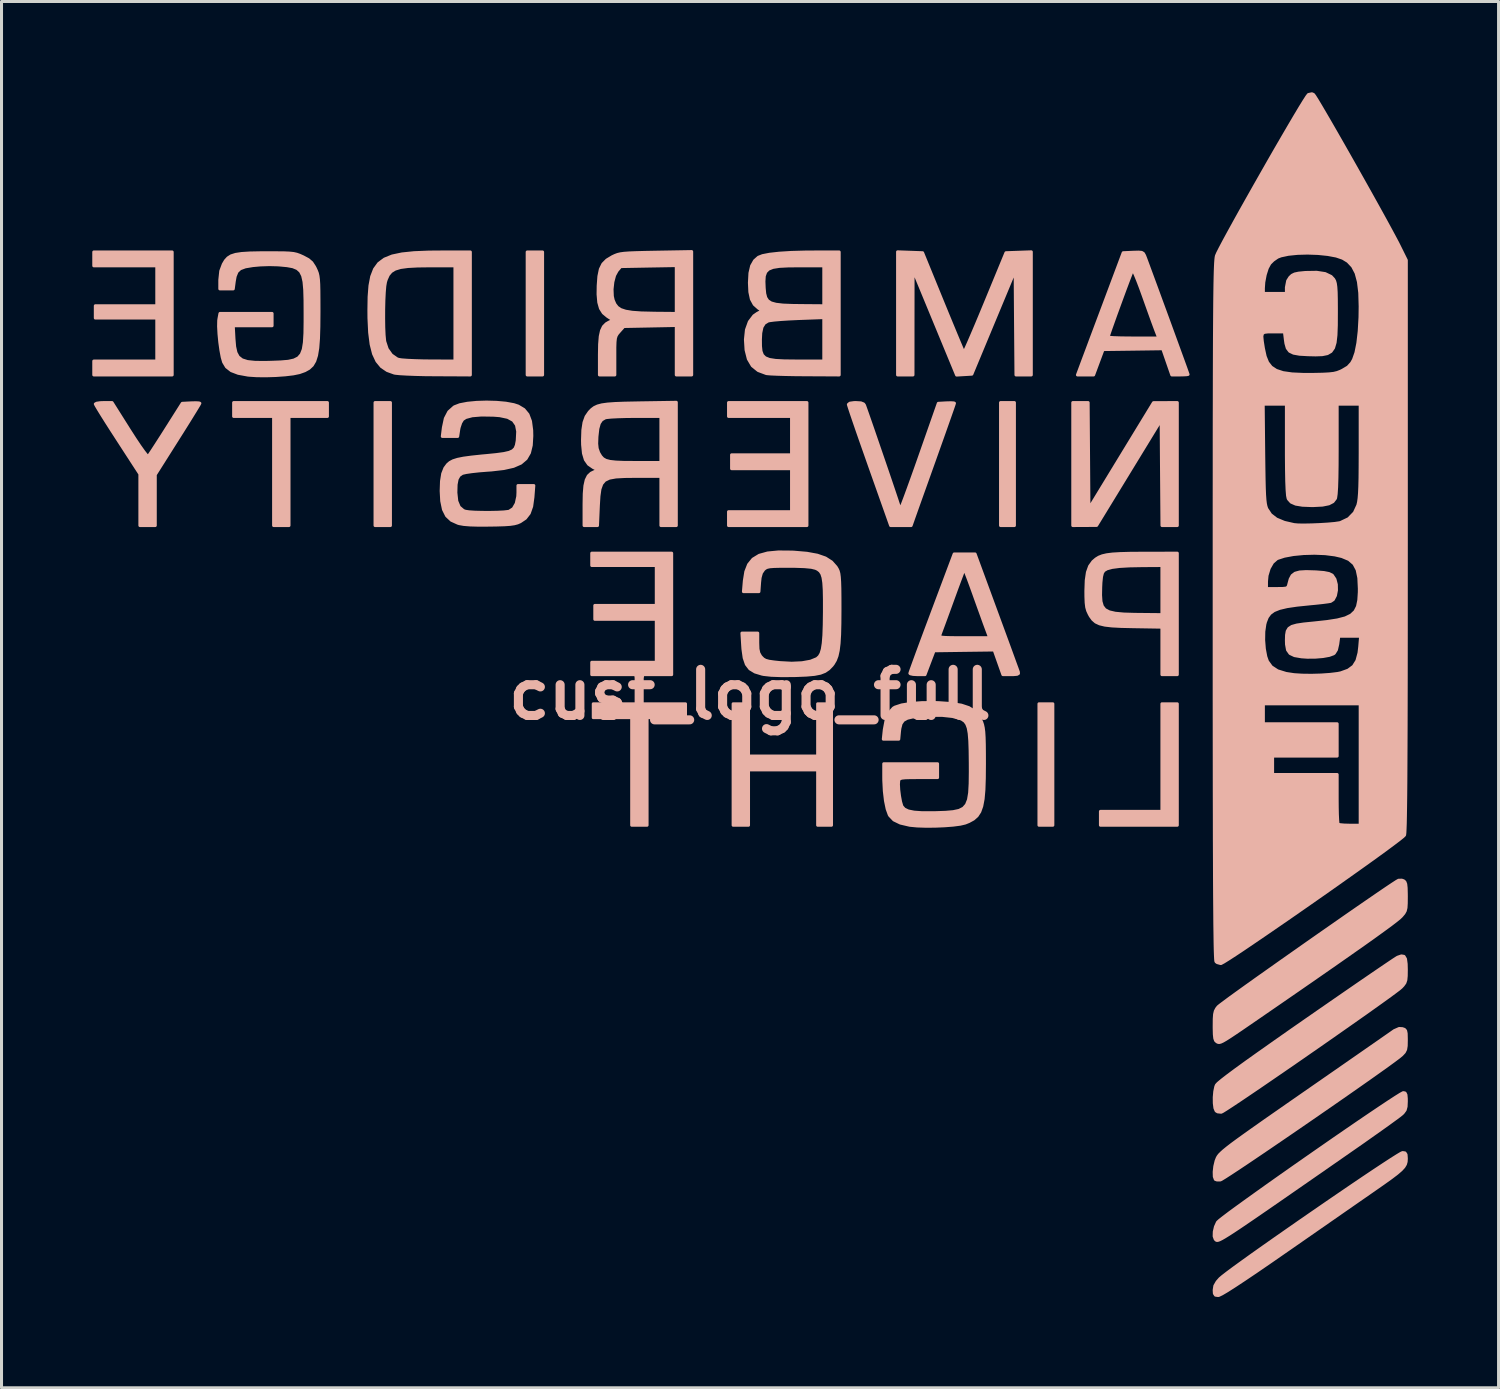
<source format=kicad_pcb>
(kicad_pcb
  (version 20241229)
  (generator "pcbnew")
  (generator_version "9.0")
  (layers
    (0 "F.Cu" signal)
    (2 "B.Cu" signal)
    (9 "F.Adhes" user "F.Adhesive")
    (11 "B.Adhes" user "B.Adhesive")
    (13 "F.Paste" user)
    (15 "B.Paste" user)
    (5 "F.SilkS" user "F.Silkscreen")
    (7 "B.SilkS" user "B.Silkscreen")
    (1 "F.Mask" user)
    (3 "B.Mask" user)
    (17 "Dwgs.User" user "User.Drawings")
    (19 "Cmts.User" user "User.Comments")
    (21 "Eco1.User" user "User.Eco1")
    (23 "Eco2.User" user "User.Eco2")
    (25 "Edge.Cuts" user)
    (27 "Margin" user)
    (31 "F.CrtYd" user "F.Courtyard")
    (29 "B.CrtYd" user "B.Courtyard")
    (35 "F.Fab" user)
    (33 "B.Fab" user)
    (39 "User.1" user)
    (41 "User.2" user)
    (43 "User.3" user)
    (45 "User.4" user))
  (footprint "cusf_logo_full"
    (layer "F.Cu")
    (at 21.742 19.909)
    (property "Reference" "cusf_logo_full" (at 0 0 0) (layer "B.SilkS") (effects (font (size 1.524 1.524) (thickness 0.3))))
    (attr through_hole)
    (fp_poly (pts (xy -11.887 -5.588) (xy -12.141 -5.588) (xy -12.395 -5.588) (xy -12.395 -7.62) (xy -12.395 -9.652) (xy -12.141 -9.652) (xy -11.887 -9.652) (xy -11.887 -7.62) (xy -11.887 -5.588)) (stroke (width 0.1) (type solid)) (fill yes) (layer "B.SilkS"))
    (fp_poly (pts (xy -6.858 -10.566) (xy -7.112 -10.566) (xy -7.366 -10.566) (xy -7.366 -12.598) (xy -7.366 -14.63) (xy -7.112 -14.63) (xy -6.858 -14.63) (xy -6.858 -12.598) (xy -6.858 -10.566)) (stroke (width 0.1) (type solid)) (fill yes) (layer "B.SilkS"))
    (fp_poly (pts (xy 8.738 -5.588) (xy 8.509 -5.588) (xy 8.28 -5.588) (xy 8.28 -7.62) (xy 8.28 -9.652) (xy 8.509 -9.652) (xy 8.738 -9.652) (xy 8.738 -7.62) (xy 8.738 -5.588)) (stroke (width 0.1) (type solid)) (fill yes) (layer "B.SilkS"))
    (fp_poly (pts (xy 10.008 4.318) (xy 9.779 4.318) (xy 9.55 4.318) (xy 9.55 2.311) (xy 9.55 0.305) (xy 9.779 0.305) (xy 10.008 0.305) (xy 10.008 2.311) (xy 10.008 4.318)) (stroke (width 0.1) (type solid)) (fill yes) (layer "B.SilkS"))
    (fp_poly (pts (xy 14.122 4.318) (xy 12.852 4.318) (xy 11.582 4.318) (xy 11.582 4.089) (xy 11.582 3.861) (xy 12.598 3.861) (xy 13.614 3.861) (xy 13.614 2.083) (xy 13.614 0.305) (xy 13.868 0.305) (xy 14.122 0.305) (xy 14.122 2.311) (xy 14.122 4.318)) (stroke (width 0.1) (type solid)) (fill yes) (layer "B.SilkS"))
    (fp_poly (pts (xy -13.97 -9.195) (xy -14.605 -9.195) (xy -15.24 -9.195) (xy -15.24 -7.391) (xy -15.24 -5.588) (xy -15.494 -5.588) (xy -15.748 -5.588) (xy -15.748 -7.391) (xy -15.748 -9.195) (xy -16.408 -9.195) (xy -17.069 -9.195) (xy -17.069 -9.423) (xy -17.069 -9.652) (xy -15.519 -9.652) (xy -13.97 -9.652) (xy -13.97 -9.423) (xy -13.97 -9.195)) (stroke (width 0.1) (type solid)) (fill yes) (layer "B.SilkS"))
    (fp_poly (pts (xy -2.134 0.762) (xy -2.769 0.762) (xy -3.404 0.762) (xy -3.404 2.54) (xy -3.404 4.318) (xy -3.658 4.318) (xy -3.912 4.318) (xy -3.912 2.54) (xy -3.912 0.762) (xy -4.547 0.762) (xy -5.182 0.762) (xy -5.182 0.533) (xy -5.182 0.305) (xy -3.658 0.305) (xy -2.134 0.305) (xy -2.134 0.533) (xy -2.134 0.762)) (stroke (width 0.1) (type solid)) (fill yes) (layer "B.SilkS"))
    (fp_poly (pts (xy 14.122 -5.588) (xy 13.869 -5.588) (xy 13.616 -5.588) (xy 13.602 -7.336) (xy 13.589 -9.084) (xy 12.522 -7.338) (xy 11.455 -5.592) (xy 11.062 -5.59) (xy 10.668 -5.588) (xy 10.668 -7.62) (xy 10.668 -9.652) (xy 10.921 -9.652) (xy 11.175 -9.652) (xy 11.188 -7.9) (xy 11.201 -6.148) (xy 12.268 -7.899) (xy 13.335 -9.649) (xy 13.729 -9.651) (xy 14.122 -9.652) (xy 14.122 -7.62) (xy 14.122 -5.588)) (stroke (width 0.1) (type solid)) (fill yes) (layer "B.SilkS"))
    (fp_poly (pts (xy -19.101 -10.566) (xy -20.396 -10.566) (xy -21.692 -10.566) (xy -21.692 -10.795) (xy -21.692 -11.024) (xy -20.65 -11.024) (xy -19.609 -11.024) (xy -19.609 -11.735) (xy -19.609 -12.446) (xy -20.625 -12.446) (xy -21.641 -12.446) (xy -21.641 -12.649) (xy -21.641 -12.852) (xy -20.625 -12.852) (xy -19.609 -12.852) (xy -19.609 -13.513) (xy -19.609 -14.173) (xy -20.65 -14.173) (xy -21.692 -14.173) (xy -21.692 -14.402) (xy -21.692 -14.63) (xy -20.396 -14.63) (xy -19.101 -14.63) (xy -19.101 -12.598) (xy -19.101 -10.566)) (stroke (width 0.1) (type solid)) (fill yes) (layer "B.SilkS"))
    (fp_poly (pts (xy -2.591 -0.66) (xy -3.912 -0.66) (xy -5.232 -0.66) (xy -5.232 -0.864) (xy -5.232 -1.067) (xy -4.166 -1.067) (xy -3.099 -1.067) (xy -3.099 -1.778) (xy -3.099 -2.489) (xy -4.115 -2.489) (xy -5.131 -2.489) (xy -5.131 -2.718) (xy -5.131 -2.946) (xy -4.115 -2.946) (xy -3.099 -2.946) (xy -3.099 -3.607) (xy -3.099 -4.267) (xy -4.166 -4.267) (xy -5.232 -4.267) (xy -5.232 -4.47) (xy -5.232 -4.674) (xy -3.912 -4.674) (xy -2.591 -4.674) (xy -2.591 -2.667) (xy -2.591 -0.66)) (stroke (width 0.1) (type solid)) (fill yes) (layer "B.SilkS"))
    (fp_poly (pts (xy 1.88 -5.588) (xy 0.584 -5.588) (xy -0.711 -5.588) (xy -0.711 -5.817) (xy -0.711 -6.045) (xy 0.33 -6.045) (xy 1.372 -6.045) (xy 1.372 -6.756) (xy 1.372 -7.468) (xy 0.381 -7.468) (xy -0.61 -7.468) (xy -0.61 -7.696) (xy -0.61 -7.925) (xy 0.381 -7.925) (xy 1.372 -7.925) (xy 1.372 -8.56) (xy 1.372 -9.195) (xy 0.33 -9.195) (xy -0.711 -9.195) (xy -0.711 -9.423) (xy -0.711 -9.652) (xy 0.584 -9.652) (xy 1.88 -9.652) (xy 1.88 -7.62) (xy 1.88 -5.588)) (stroke (width 0.1) (type solid)) (fill yes) (layer "B.SilkS"))
    (fp_poly (pts (xy 2.692 4.318) (xy 2.464 4.318) (xy 2.235 4.318) (xy 2.235 3.404) (xy 2.235 2.489) (xy 1.092 2.489) (xy -0.051 2.489) (xy -0.051 3.404) (xy -0.051 4.318) (xy -0.305 4.318) (xy -0.559 4.318) (xy -0.559 2.311) (xy -0.559 0.305) (xy -0.305 0.305) (xy -0.051 0.305) (xy -0.051 1.168) (xy -0.051 2.032) (xy 1.092 2.032) (xy 2.235 2.032) (xy 2.235 1.168) (xy 2.235 0.305) (xy 2.464 0.305) (xy 2.692 0.305) (xy 2.692 2.311) (xy 2.692 4.318)) (stroke (width 0.1) (type solid)) (fill yes) (layer "B.SilkS"))
    (fp_poly (pts (xy 9.296 -10.566) (xy 9.043 -10.566) (xy 8.79 -10.566) (xy 8.776 -12.3) (xy 8.763 -14.033) (xy 8.047 -12.313) (xy 7.331 -10.592) (xy 7.08 -10.577) (xy 6.828 -10.562) (xy 6.108 -12.304) (xy 5.388 -14.046) (xy 5.386 -12.306) (xy 5.385 -10.566) (xy 5.131 -10.566) (xy 4.877 -10.566) (xy 4.877 -12.6) (xy 4.877 -14.635) (xy 5.29 -14.62) (xy 5.703 -14.605) (xy 6.372 -12.968) (xy 6.529 -12.585) (xy 6.675 -12.232) (xy 6.804 -11.921) (xy 6.912 -11.662) (xy 6.995 -11.466) (xy 7.048 -11.344) (xy 7.066 -11.307) (xy 7.09 -11.347) (xy 7.148 -11.47) (xy 7.235 -11.666) (xy 7.347 -11.926) (xy 7.48 -12.238) (xy 7.628 -12.592) (xy 7.774 -12.944) (xy 8.459 -14.605) (xy 8.878 -14.62) (xy 9.296 -14.635) (xy 9.296 -12.6) (xy 9.296 -10.566)) (stroke (width 0.1) (type solid)) (fill yes) (layer "B.SilkS"))
    (fp_poly (pts (xy -18.186 -9.629) (xy -18.212 -9.58) (xy -18.286 -9.457) (xy -18.4 -9.271) (xy -18.547 -9.033) (xy -18.721 -8.755) (xy -18.915 -8.448) (xy -18.923 -8.435) (xy -19.66 -7.269) (xy -19.66 -6.428) (xy -19.66 -5.588) (xy -19.914 -5.588) (xy -20.168 -5.588) (xy -20.168 -6.44) (xy -20.168 -7.291) (xy -20.904 -8.426) (xy -21.1 -8.729) (xy -21.277 -9.006) (xy -21.426 -9.243) (xy -21.541 -9.43) (xy -21.615 -9.555) (xy -21.641 -9.606) (xy -21.595 -9.631) (xy -21.477 -9.648) (xy -21.365 -9.652) (xy -21.088 -9.652) (xy -20.514 -8.741) (xy -20.332 -8.458) (xy -20.173 -8.22) (xy -20.042 -8.036) (xy -19.948 -7.917) (xy -19.898 -7.873) (xy -19.894 -7.874) (xy -19.854 -7.929) (xy -19.769 -8.056) (xy -19.648 -8.242) (xy -19.5 -8.472) (xy -19.334 -8.732) (xy -19.309 -8.772) (xy -18.768 -9.627) (xy -18.477 -9.642) (xy -18.321 -9.646) (xy -18.215 -9.64) (xy -18.186 -9.629)) (stroke (width 0.1) (type solid)) (fill yes) (layer "B.SilkS"))
    (fp_poly (pts (xy 21.692 15.347) (xy 21.686 15.44) (xy 21.662 15.525) (xy 21.61 15.612) (xy 21.521 15.709) (xy 21.385 15.826) (xy 21.192 15.973) (xy 20.932 16.159) (xy 20.652 16.354) (xy 20.467 16.483) (xy 20.209 16.662) (xy 19.891 16.883) (xy 19.524 17.138) (xy 19.12 17.419) (xy 18.69 17.718) (xy 18.247 18.026) (xy 17.8 18.337) (xy 17.772 18.356) (xy 17.217 18.741) (xy 16.742 19.067) (xy 16.344 19.335) (xy 16.023 19.547) (xy 15.777 19.704) (xy 15.602 19.807) (xy 15.499 19.857) (xy 15.474 19.863) (xy 15.385 19.851) (xy 15.348 19.794) (xy 15.342 19.683) (xy 15.363 19.544) (xy 15.438 19.412) (xy 15.532 19.305) (xy 15.615 19.234) (xy 15.77 19.114) (xy 15.989 18.951) (xy 16.264 18.752) (xy 16.587 18.52) (xy 16.95 18.263) (xy 17.344 17.986) (xy 17.761 17.695) (xy 18.193 17.394) (xy 18.632 17.091) (xy 19.069 16.79) (xy 19.496 16.498) (xy 19.905 16.219) (xy 20.288 15.96) (xy 20.636 15.727) (xy 20.942 15.525) (xy 21.197 15.359) (xy 21.392 15.236) (xy 21.52 15.16) (xy 21.57 15.138) (xy 21.648 15.15) (xy 21.683 15.204) (xy 21.692 15.328) (xy 21.692 15.347)) (stroke (width 0.1) (type solid)) (fill yes) (layer "B.SilkS"))
    (fp_poly (pts (xy 21.692 9.092) (xy 21.689 9.299) (xy 21.676 9.434) (xy 21.645 9.527) (xy 21.585 9.61) (xy 21.526 9.673) (xy 21.456 9.733) (xy 21.311 9.842) (xy 21.102 9.996) (xy 20.835 10.188) (xy 20.519 10.413) (xy 20.163 10.665) (xy 19.774 10.938) (xy 19.362 11.227) (xy 18.934 11.526) (xy 18.499 11.828) (xy 18.065 12.129) (xy 17.64 12.422) (xy 17.232 12.702) (xy 16.851 12.963) (xy 16.504 13.198) (xy 16.199 13.404) (xy 15.945 13.573) (xy 15.75 13.7) (xy 15.623 13.779) (xy 15.573 13.804) (xy 15.458 13.792) (xy 15.405 13.76) (xy 15.366 13.666) (xy 15.346 13.506) (xy 15.344 13.312) (xy 15.361 13.119) (xy 15.395 12.958) (xy 15.417 12.905) (xy 15.469 12.848) (xy 15.592 12.745) (xy 15.787 12.594) (xy 16.056 12.394) (xy 16.401 12.144) (xy 16.824 11.843) (xy 17.326 11.489) (xy 17.909 11.08) (xy 18.385 10.749) (xy 18.872 10.411) (xy 19.336 10.09) (xy 19.772 9.789) (xy 20.171 9.514) (xy 20.527 9.27) (xy 20.832 9.062) (xy 21.08 8.894) (xy 21.263 8.771) (xy 21.375 8.699) (xy 21.405 8.681) (xy 21.531 8.638) (xy 21.615 8.653) (xy 21.665 8.738) (xy 21.687 8.904) (xy 21.692 9.092)) (stroke (width 0.1) (type solid)) (fill yes) (layer "B.SilkS"))
    (fp_poly (pts (xy 14.122 -0.66) (xy 13.868 -0.66) (xy 13.614 -0.66) (xy 13.614 -1.445) (xy 13.614 -2.229) (xy 13.614 -2.642) (xy 13.614 -3.454) (xy 13.614 -4.267) (xy 12.967 -4.263) (xy 12.543 -4.255) (xy 12.212 -4.236) (xy 11.966 -4.204) (xy 11.797 -4.158) (xy 11.696 -4.098) (xy 11.695 -4.096) (xy 11.648 -4.022) (xy 11.617 -3.897) (xy 11.597 -3.702) (xy 11.59 -3.552) (xy 11.585 -3.286) (xy 11.599 -3.078) (xy 11.644 -2.922) (xy 11.73 -2.81) (xy 11.87 -2.735) (xy 12.072 -2.688) (xy 12.35 -2.662) (xy 12.712 -2.651) (xy 12.916 -2.649) (xy 13.614 -2.642) (xy 13.614 -2.229) (xy 12.662 -2.245) (xy 12.268 -2.254) (xy 11.961 -2.27) (xy 11.728 -2.297) (xy 11.555 -2.339) (xy 11.426 -2.399) (xy 11.33 -2.483) (xy 11.25 -2.593) (xy 11.212 -2.661) (xy 11.161 -2.771) (xy 11.128 -2.888) (xy 11.11 -3.037) (xy 11.102 -3.245) (xy 11.101 -3.429) (xy 11.113 -3.777) (xy 11.152 -4.043) (xy 11.224 -4.244) (xy 11.334 -4.397) (xy 11.434 -4.483) (xy 11.529 -4.542) (xy 11.643 -4.587) (xy 11.789 -4.621) (xy 11.98 -4.645) (xy 12.231 -4.66) (xy 12.554 -4.669) (xy 12.962 -4.672) (xy 13.043 -4.672) (xy 14.122 -4.674) (xy 14.122 -2.667) (xy 14.122 -0.66)) (stroke (width 0.1) (type solid)) (fill yes) (layer "B.SilkS"))
    (fp_poly (pts (xy 21.692 13.442) (xy 21.684 13.617) (xy 21.653 13.732) (xy 21.585 13.824) (xy 21.547 13.861) (xy 21.474 13.92) (xy 21.326 14.029) (xy 21.116 14.182) (xy 20.853 14.37) (xy 20.547 14.586) (xy 20.21 14.824) (xy 19.85 15.074) (xy 19.833 15.086) (xy 19.136 15.571) (xy 18.517 16.001) (xy 17.972 16.379) (xy 17.496 16.709) (xy 17.085 16.993) (xy 16.732 17.236) (xy 16.435 17.439) (xy 16.187 17.607) (xy 15.984 17.742) (xy 15.821 17.847) (xy 15.693 17.926) (xy 15.596 17.982) (xy 15.525 18.018) (xy 15.474 18.037) (xy 15.439 18.042) (xy 15.415 18.037) (xy 15.398 18.024) (xy 15.382 18.007) (xy 15.375 18) (xy 15.341 17.905) (xy 15.345 17.756) (xy 15.383 17.591) (xy 15.448 17.447) (xy 15.456 17.436) (xy 15.516 17.38) (xy 15.651 17.274) (xy 15.852 17.122) (xy 16.112 16.932) (xy 16.422 16.708) (xy 16.774 16.456) (xy 17.16 16.181) (xy 17.572 15.89) (xy 18.002 15.588) (xy 18.442 15.281) (xy 18.883 14.974) (xy 19.317 14.673) (xy 19.737 14.384) (xy 20.134 14.112) (xy 20.501 13.863) (xy 20.828 13.643) (xy 21.108 13.457) (xy 21.332 13.311) (xy 21.494 13.21) (xy 21.583 13.161) (xy 21.597 13.157) (xy 21.651 13.171) (xy 21.68 13.229) (xy 21.691 13.354) (xy 21.692 13.442)) (stroke (width 0.1) (type solid)) (fill yes) (layer "B.SilkS"))
    (fp_poly (pts (xy -9.246 -10.566) (xy -9.754 -10.569) (xy -9.754 -11.024) (xy -9.754 -12.598) (xy -9.754 -14.173) (xy -10.579 -14.173) (xy -10.988 -14.168) (xy -11.309 -14.151) (xy -11.553 -14.118) (xy -11.734 -14.063) (xy -11.864 -13.983) (xy -11.957 -13.872) (xy -12.023 -13.726) (xy -12.05 -13.642) (xy -12.073 -13.509) (xy -12.091 -13.297) (xy -12.104 -13.031) (xy -12.111 -12.734) (xy -12.112 -12.429) (xy -12.108 -12.139) (xy -12.097 -11.888) (xy -12.079 -11.7) (xy -12.075 -11.672) (xy -11.994 -11.424) (xy -11.852 -11.225) (xy -11.669 -11.098) (xy -11.616 -11.079) (xy -11.512 -11.063) (xy -11.327 -11.049) (xy -11.083 -11.038) (xy -10.8 -11.03) (xy -10.604 -11.028) (xy -9.754 -11.024) (xy -9.754 -10.569) (xy -10.401 -10.572) (xy -10.747 -10.575) (xy -11.07 -10.583) (xy -11.352 -10.594) (xy -11.576 -10.607) (xy -11.724 -10.622) (xy -11.76 -10.629) (xy -11.993 -10.713) (xy -12.183 -10.842) (xy -12.332 -11.023) (xy -12.445 -11.265) (xy -12.524 -11.577) (xy -12.573 -11.967) (xy -12.596 -12.444) (xy -12.598 -12.706) (xy -12.591 -13.147) (xy -12.563 -13.515) (xy -12.506 -13.818) (xy -12.412 -14.061) (xy -12.274 -14.251) (xy -12.082 -14.394) (xy -11.828 -14.497) (xy -11.505 -14.565) (xy -11.105 -14.606) (xy -10.618 -14.626) (xy -10.122 -14.63) (xy -9.246 -14.63) (xy -9.246 -12.598) (xy -9.246 -10.566)) (stroke (width 0.1) (type solid)) (fill yes) (layer "B.SilkS"))
    (fp_poly (pts (xy 6.756 -9.631) (xy 6.74 -9.579) (xy 6.693 -9.442) (xy 6.619 -9.231) (xy 6.522 -8.956) (xy 6.406 -8.627) (xy 6.274 -8.257) (xy 6.131 -7.855) (xy 6.116 -7.812) (xy 5.968 -7.398) (xy 5.828 -7.006) (xy 5.7 -6.648) (xy 5.589 -6.337) (xy 5.499 -6.084) (xy 5.435 -5.903) (xy 5.4 -5.805) (xy 5.4 -5.804) (xy 5.324 -5.588) (xy 4.986 -5.588) (xy 4.647 -5.588) (xy 3.949 -7.559) (xy 3.799 -7.986) (xy 3.659 -8.383) (xy 3.534 -8.742) (xy 3.428 -9.051) (xy 3.343 -9.3) (xy 3.284 -9.479) (xy 3.254 -9.576) (xy 3.251 -9.591) (xy 3.3 -9.632) (xy 3.439 -9.651) (xy 3.5 -9.652) (xy 3.664 -9.642) (xy 3.752 -9.607) (xy 3.783 -9.563) (xy 3.817 -9.468) (xy 3.879 -9.293) (xy 3.963 -9.052) (xy 4.064 -8.761) (xy 4.176 -8.435) (xy 4.295 -8.088) (xy 4.416 -7.736) (xy 4.533 -7.394) (xy 4.641 -7.076) (xy 4.735 -6.798) (xy 4.81 -6.575) (xy 4.861 -6.422) (xy 4.88 -6.363) (xy 4.924 -6.233) (xy 4.963 -6.156) (xy 4.974 -6.148) (xy 4.997 -6.194) (xy 5.049 -6.326) (xy 5.127 -6.532) (xy 5.226 -6.802) (xy 5.343 -7.126) (xy 5.474 -7.492) (xy 5.613 -7.887) (xy 6.223 -9.627) (xy 6.49 -9.642) (xy 6.639 -9.646) (xy 6.735 -9.64) (xy 6.756 -9.631)) (stroke (width 0.1) (type solid)) (fill yes) (layer "B.SilkS"))
    (fp_poly (pts (xy 21.692 11.421) (xy 21.688 11.609) (xy 21.669 11.73) (xy 21.625 11.818) (xy 21.543 11.906) (xy 21.526 11.921) (xy 21.444 11.988) (xy 21.289 12.104) (xy 21.07 12.264) (xy 20.795 12.46) (xy 20.472 12.689) (xy 20.11 12.943) (xy 19.717 13.218) (xy 19.301 13.507) (xy 18.87 13.805) (xy 18.433 14.107) (xy 17.998 14.406) (xy 17.574 14.696) (xy 17.168 14.973) (xy 16.789 15.23) (xy 16.445 15.462) (xy 16.144 15.663) (xy 15.895 15.827) (xy 15.707 15.948) (xy 15.586 16.022) (xy 15.545 16.042) (xy 15.434 16.043) (xy 15.379 16.023) (xy 15.346 15.932) (xy 15.342 15.778) (xy 15.362 15.594) (xy 15.405 15.414) (xy 15.445 15.313) (xy 15.472 15.266) (xy 15.511 15.214) (xy 15.571 15.153) (xy 15.655 15.077) (xy 15.771 14.982) (xy 15.924 14.864) (xy 16.121 14.719) (xy 16.367 14.542) (xy 16.669 14.328) (xy 17.032 14.072) (xy 17.463 13.772) (xy 17.967 13.421) (xy 18.353 13.153) (xy 18.833 12.82) (xy 19.291 12.502) (xy 19.72 12.204) (xy 20.113 11.931) (xy 20.461 11.689) (xy 20.759 11.482) (xy 20.998 11.315) (xy 21.172 11.194) (xy 21.273 11.123) (xy 21.294 11.108) (xy 21.455 11.037) (xy 21.561 11.043) (xy 21.63 11.067) (xy 21.669 11.112) (xy 21.687 11.201) (xy 21.691 11.361) (xy 21.692 11.421)) (stroke (width 0.1) (type solid)) (fill yes) (layer "B.SilkS"))
    (fp_poly (pts (xy 21.692 6.674) (xy 21.69 6.897) (xy 21.681 7.046) (xy 21.657 7.147) (xy 21.612 7.228) (xy 21.539 7.315) (xy 21.526 7.329) (xy 21.462 7.39) (xy 21.345 7.484) (xy 21.174 7.615) (xy 20.944 7.783) (xy 20.654 7.993) (xy 20.3 8.245) (xy 19.878 8.541) (xy 19.387 8.885) (xy 18.822 9.278) (xy 18.181 9.722) (xy 17.461 10.219) (xy 17.018 10.524) (xy 16.629 10.792) (xy 16.314 11.008) (xy 16.066 11.177) (xy 15.875 11.304) (xy 15.732 11.395) (xy 15.63 11.454) (xy 15.558 11.487) (xy 15.509 11.499) (xy 15.474 11.496) (xy 15.443 11.482) (xy 15.429 11.474) (xy 15.387 11.435) (xy 15.361 11.36) (xy 15.347 11.231) (xy 15.342 11.026) (xy 15.342 10.949) (xy 15.344 10.72) (xy 15.355 10.567) (xy 15.379 10.463) (xy 15.422 10.381) (xy 15.471 10.318) (xy 15.53 10.269) (xy 15.664 10.168) (xy 15.864 10.02) (xy 16.123 9.833) (xy 16.432 9.611) (xy 16.783 9.361) (xy 17.168 9.089) (xy 17.578 8.799) (xy 18.005 8.499) (xy 18.44 8.193) (xy 18.876 7.888) (xy 19.304 7.59) (xy 19.715 7.303) (xy 20.102 7.035) (xy 20.455 6.792) (xy 20.768 6.577) (xy 21.03 6.399) (xy 21.235 6.262) (xy 21.374 6.172) (xy 21.438 6.136) (xy 21.545 6.135) (xy 21.603 6.155) (xy 21.645 6.192) (xy 21.672 6.263) (xy 21.686 6.388) (xy 21.691 6.587) (xy 21.692 6.674)) (stroke (width 0.1) (type solid)) (fill yes) (layer "B.SilkS"))
    (fp_poly (pts (xy -1.93 -10.566) (xy -2.184 -10.566) (xy -2.438 -10.566) (xy -2.438 -11.383) (xy -2.438 -12.201) (xy -2.438 -12.598) (xy -2.438 -13.39) (xy -2.438 -14.181) (xy -3.357 -14.165) (xy -4.276 -14.148) (xy -4.394 -14.01) (xy -4.478 -13.857) (xy -4.535 -13.641) (xy -4.562 -13.399) (xy -4.553 -13.169) (xy -4.525 -13.041) (xy -4.468 -12.907) (xy -4.389 -12.803) (xy -4.276 -12.726) (xy -4.114 -12.672) (xy -3.893 -12.636) (xy -3.598 -12.615) (xy -3.218 -12.606) (xy -3.111 -12.604) (xy -2.438 -12.598) (xy -2.438 -12.201) (xy -3.306 -12.184) (xy -4.174 -12.167) (xy -4.322 -12.001) (xy -4.384 -11.929) (xy -4.425 -11.861) (xy -4.451 -11.778) (xy -4.464 -11.657) (xy -4.47 -11.478) (xy -4.47 -11.219) (xy -4.47 -11.201) (xy -4.47 -10.566) (xy -4.724 -10.566) (xy -4.978 -10.566) (xy -4.978 -11.232) (xy -4.972 -11.578) (xy -4.951 -11.839) (xy -4.91 -12.029) (xy -4.846 -12.163) (xy -4.754 -12.257) (xy -4.67 -12.306) (xy -4.521 -12.378) (xy -4.711 -12.501) (xy -4.85 -12.617) (xy -4.944 -12.766) (xy -5 -12.965) (xy -5.023 -13.231) (xy -5.019 -13.514) (xy -4.996 -13.827) (xy -4.948 -14.06) (xy -4.864 -14.232) (xy -4.735 -14.363) (xy -4.551 -14.474) (xy -4.549 -14.475) (xy -4.464 -14.515) (xy -4.382 -14.546) (xy -4.286 -14.569) (xy -4.162 -14.586) (xy -3.996 -14.598) (xy -3.772 -14.607) (xy -3.476 -14.615) (xy -3.114 -14.622) (xy -1.93 -14.643) (xy -1.93 -12.605) (xy -1.93 -10.566)) (stroke (width 0.1) (type solid)) (fill yes) (layer "B.SilkS"))
    (fp_poly (pts (xy 8.872 -0.698) (xy 8.826 -0.671) (xy 8.71 -0.661) (xy 8.627 -0.661) (xy 8.357 -0.661) (xy 8.213 -1.068) (xy 8.069 -1.475) (xy 7.92 -1.473) (xy 7.92 -1.88) (xy 7.802 -2.197) (xy 7.744 -2.354) (xy 7.662 -2.583) (xy 7.562 -2.859) (xy 7.455 -3.157) (xy 7.39 -3.34) (xy 7.293 -3.608) (xy 7.208 -3.838) (xy 7.14 -4.014) (xy 7.095 -4.123) (xy 7.08 -4.15) (xy 7.058 -4.1) (xy 7.008 -3.968) (xy 6.933 -3.769) (xy 6.839 -3.516) (xy 6.732 -3.223) (xy 6.686 -3.096) (xy 6.573 -2.786) (xy 6.47 -2.504) (xy 6.383 -2.267) (xy 6.317 -2.089) (xy 6.279 -1.985) (xy 6.273 -1.968) (xy 6.266 -1.936) (xy 6.286 -1.912) (xy 6.346 -1.896) (xy 6.46 -1.887) (xy 6.64 -1.882) (xy 6.902 -1.88) (xy 7.079 -1.88) (xy 7.92 -1.88) (xy 7.92 -1.473) (xy 7.076 -1.462) (xy 6.082 -1.448) (xy 5.932 -1.054) (xy 5.783 -0.66) (xy 5.533 -0.66) (xy 5.389 -0.668) (xy 5.299 -0.688) (xy 5.283 -0.703) (xy 5.3 -0.759) (xy 5.35 -0.899) (xy 5.428 -1.114) (xy 5.53 -1.393) (xy 5.653 -1.726) (xy 5.793 -2.103) (xy 5.947 -2.514) (xy 6.015 -2.697) (xy 6.747 -4.648) (xy 7.093 -4.648) (xy 7.439 -4.648) (xy 8.139 -2.743) (xy 8.293 -2.323) (xy 8.437 -1.931) (xy 8.567 -1.577) (xy 8.678 -1.272) (xy 8.767 -1.027) (xy 8.831 -0.853) (xy 8.864 -0.76) (xy 8.868 -0.749) (xy 8.872 -0.698)) (stroke (width 0.1) (type solid)) (fill yes) (layer "B.SilkS"))
    (fp_poly (pts (xy -2.438 -5.588) (xy -2.692 -5.588) (xy -2.946 -5.588) (xy -2.946 -6.401) (xy -2.946 -7.214) (xy -2.946 -7.671) (xy -2.946 -8.433) (xy -2.946 -9.195) (xy -3.807 -9.195) (xy -4.101 -9.192) (xy -4.368 -9.184) (xy -4.587 -9.173) (xy -4.739 -9.158) (xy -4.794 -9.146) (xy -4.907 -9.079) (xy -4.983 -8.966) (xy -5.032 -8.79) (xy -5.061 -8.531) (xy -5.062 -8.517) (xy -5.07 -8.294) (xy -5.054 -8.136) (xy -5.009 -8.006) (xy -4.995 -7.976) (xy -4.933 -7.873) (xy -4.862 -7.796) (xy -4.765 -7.741) (xy -4.629 -7.706) (xy -4.437 -7.685) (xy -4.175 -7.674) (xy -3.828 -7.672) (xy -3.797 -7.672) (xy -2.946 -7.671) (xy -2.946 -7.214) (xy -3.762 -7.214) (xy -4.143 -7.21) (xy -4.435 -7.194) (xy -4.651 -7.155) (xy -4.802 -7.082) (xy -4.901 -6.965) (xy -4.962 -6.795) (xy -4.995 -6.561) (xy -5.014 -6.252) (xy -5.017 -6.185) (xy -5.043 -5.588) (xy -5.265 -5.588) (xy -5.486 -5.588) (xy -5.486 -6.287) (xy -5.48 -6.637) (xy -5.458 -6.902) (xy -5.415 -7.094) (xy -5.348 -7.228) (xy -5.252 -7.318) (xy -5.147 -7.369) (xy -5.012 -7.421) (xy -5.185 -7.508) (xy -5.338 -7.614) (xy -5.443 -7.764) (xy -5.506 -7.974) (xy -5.534 -8.259) (xy -5.537 -8.413) (xy -5.526 -8.744) (xy -5.488 -8.995) (xy -5.419 -9.188) (xy -5.314 -9.341) (xy -5.314 -9.341) (xy -5.233 -9.424) (xy -5.146 -9.489) (xy -5.039 -9.539) (xy -4.899 -9.576) (xy -4.713 -9.602) (xy -4.468 -9.62) (xy -4.151 -9.632) (xy -3.748 -9.64) (xy -3.645 -9.642) (xy -2.438 -9.661) (xy -2.438 -7.625) (xy -2.438 -5.588)) (stroke (width 0.1) (type solid)) (fill yes) (layer "B.SilkS"))
    (fp_poly (pts (xy 14.478 -10.583) (xy 14.432 -10.574) (xy 14.314 -10.568) (xy 14.209 -10.566) (xy 13.94 -10.566) (xy 13.79 -10.999) (xy 13.64 -11.432) (xy 13.511 -11.43) (xy 13.511 -11.786) (xy 13.417 -12.027) (xy 13.37 -12.153) (xy 13.296 -12.354) (xy 13.204 -12.61) (xy 13.1 -12.9) (xy 13.003 -13.172) (xy 12.902 -13.451) (xy 12.81 -13.691) (xy 12.733 -13.878) (xy 12.678 -13.998) (xy 12.649 -14.036) (xy 12.648 -14.035) (xy 12.622 -13.979) (xy 12.569 -13.844) (xy 12.493 -13.647) (xy 12.402 -13.404) (xy 12.302 -13.133) (xy 12.198 -12.849) (xy 12.096 -12.57) (xy 12.004 -12.312) (xy 11.926 -12.092) (xy 11.869 -11.926) (xy 11.839 -11.832) (xy 11.836 -11.818) (xy 11.884 -11.808) (xy 12.017 -11.798) (xy 12.218 -11.791) (xy 12.471 -11.787) (xy 12.674 -11.786) (xy 13.511 -11.786) (xy 13.511 -11.43) (xy 12.654 -11.418) (xy 11.668 -11.405) (xy 11.512 -10.986) (xy 11.356 -10.566) (xy 11.089 -10.566) (xy 10.822 -10.566) (xy 10.931 -10.858) (xy 10.974 -10.974) (xy 11.048 -11.172) (xy 11.148 -11.438) (xy 11.268 -11.761) (xy 11.405 -12.126) (xy 11.553 -12.521) (xy 11.687 -12.878) (xy 12.334 -14.605) (xy 12.663 -14.62) (xy 12.841 -14.625) (xy 12.944 -14.616) (xy 13.001 -14.582) (xy 13.038 -14.516) (xy 13.048 -14.493) (xy 13.08 -14.409) (xy 13.14 -14.248) (xy 13.224 -14.02) (xy 13.328 -13.738) (xy 13.447 -13.415) (xy 13.576 -13.062) (xy 13.712 -12.692) (xy 13.849 -12.318) (xy 13.983 -11.95) (xy 14.11 -11.602) (xy 14.225 -11.286) (xy 14.324 -11.014) (xy 14.402 -10.799) (xy 14.454 -10.652) (xy 14.477 -10.586) (xy 14.478 -10.583)) (stroke (width 0.1) (type solid)) (fill yes) (layer "B.SilkS"))
    (fp_poly (pts (xy 2.946 -10.566) (xy 2.438 -10.569) (xy 2.438 -11.024) (xy 2.438 -11.743) (xy 2.438 -12.462) (xy 2.438 -12.852) (xy 2.438 -13.513) (xy 2.438 -14.173) (xy 1.649 -14.173) (xy 1.265 -14.17) (xy 0.971 -14.155) (xy 0.756 -14.121) (xy 0.608 -14.061) (xy 0.517 -13.969) (xy 0.47 -13.837) (xy 0.458 -13.657) (xy 0.467 -13.435) (xy 0.484 -13.255) (xy 0.52 -13.118) (xy 0.586 -13.017) (xy 0.694 -12.946) (xy 0.857 -12.901) (xy 1.087 -12.874) (xy 1.396 -12.862) (xy 1.714 -12.858) (xy 2.438 -12.852) (xy 2.438 -12.462) (xy 1.581 -12.43) (xy 1.286 -12.416) (xy 1.019 -12.399) (xy 0.8 -12.38) (xy 0.648 -12.36) (xy 0.593 -12.348) (xy 0.472 -12.273) (xy 0.394 -12.147) (xy 0.353 -11.954) (xy 0.342 -11.742) (xy 0.344 -11.519) (xy 0.362 -11.348) (xy 0.409 -11.222) (xy 0.497 -11.134) (xy 0.637 -11.077) (xy 0.841 -11.045) (xy 1.122 -11.03) (xy 1.49 -11.026) (xy 1.562 -11.026) (xy 2.438 -11.024) (xy 2.438 -10.569) (xy 1.816 -10.572) (xy 1.478 -10.575) (xy 1.166 -10.581) (xy 0.898 -10.589) (xy 0.69 -10.598) (xy 0.56 -10.609) (xy 0.533 -10.614) (xy 0.271 -10.712) (xy 0.076 -10.869) (xy -0.056 -11.093) (xy -0.131 -11.391) (xy -0.152 -11.737) (xy -0.119 -12.056) (xy -0.024 -12.322) (xy 0.126 -12.52) (xy 0.242 -12.601) (xy 0.407 -12.688) (xy 0.281 -12.771) (xy 0.138 -12.899) (xy 0.044 -13.072) (xy -0.006 -13.308) (xy -0.02 -13.614) (xy -0.003 -13.933) (xy 0.052 -14.17) (xy 0.149 -14.342) (xy 0.276 -14.455) (xy 0.414 -14.509) (xy 0.645 -14.554) (xy 0.962 -14.589) (xy 1.356 -14.614) (xy 1.82 -14.627) (xy 2.121 -14.629) (xy 2.946 -14.63) (xy 2.946 -12.598) (xy 2.946 -10.566)) (stroke (width 0.1) (type solid)) (fill yes) (layer "B.SilkS"))
    (fp_poly (pts (xy 2.972 -2.819) (xy 2.969 -2.359) (xy 2.96 -1.987) (xy 2.942 -1.691) (xy 2.914 -1.459) (xy 2.874 -1.278) (xy 2.82 -1.135) (xy 2.75 -1.017) (xy 2.706 -0.96) (xy 2.599 -0.85) (xy 2.478 -0.767) (xy 2.327 -0.708) (xy 2.129 -0.669) (xy 1.866 -0.645) (xy 1.522 -0.631) (xy 1.448 -0.629) (xy 1.034 -0.627) (xy 0.7 -0.639) (xy 0.453 -0.666) (xy 0.398 -0.677) (xy 0.164 -0.748) (xy -0.006 -0.851) (xy -0.121 -1.001) (xy -0.194 -1.215) (xy -0.235 -1.508) (xy -0.242 -1.61) (xy -0.268 -2.032) (xy -0.007 -2.032) (xy 0.254 -2.032) (xy 0.254 -1.705) (xy 0.261 -1.506) (xy 0.289 -1.374) (xy 0.346 -1.272) (xy 0.371 -1.242) (xy 0.435 -1.178) (xy 0.512 -1.133) (xy 0.625 -1.102) (xy 0.799 -1.077) (xy 0.988 -1.057) (xy 1.374 -1.036) (xy 1.718 -1.052) (xy 2.001 -1.103) (xy 2.205 -1.186) (xy 2.215 -1.192) (xy 2.288 -1.258) (xy 2.346 -1.356) (xy 2.389 -1.498) (xy 2.42 -1.695) (xy 2.441 -1.958) (xy 2.453 -2.3) (xy 2.459 -2.732) (xy 2.459 -2.743) (xy 2.459 -3.146) (xy 2.453 -3.46) (xy 2.438 -3.698) (xy 2.412 -3.872) (xy 2.372 -3.995) (xy 2.315 -4.08) (xy 2.24 -4.139) (xy 2.167 -4.174) (xy 2.029 -4.208) (xy 1.798 -4.23) (xy 1.472 -4.241) (xy 1.284 -4.242) (xy 0.998 -4.241) (xy 0.794 -4.236) (xy 0.657 -4.226) (xy 0.566 -4.207) (xy 0.504 -4.177) (xy 0.453 -4.134) (xy 0.449 -4.129) (xy 0.375 -4.022) (xy 0.332 -3.867) (xy 0.315 -3.71) (xy 0.293 -3.404) (xy 0.037 -3.404) (xy -0.218 -3.404) (xy -0.188 -3.763) (xy -0.14 -4.062) (xy -0.048 -4.298) (xy 0.097 -4.477) (xy 0.304 -4.603) (xy 0.581 -4.68) (xy 0.936 -4.714) (xy 1.377 -4.71) (xy 1.448 -4.707) (xy 1.879 -4.67) (xy 2.223 -4.607) (xy 2.491 -4.514) (xy 2.693 -4.385) (xy 2.842 -4.218) (xy 2.884 -4.148) (xy 2.913 -4.084) (xy 2.935 -4.002) (xy 2.95 -3.887) (xy 2.961 -3.725) (xy 2.968 -3.504) (xy 2.971 -3.209) (xy 2.972 -2.827) (xy 2.972 -2.819)) (stroke (width 0.1) (type solid)) (fill yes) (layer "B.SilkS"))
    (fp_poly (pts (xy 7.747 2.286) (xy 7.743 2.76) (xy 7.73 3.145) (xy 7.703 3.451) (xy 7.658 3.689) (xy 7.593 3.871) (xy 7.503 4.009) (xy 7.385 4.113) (xy 7.235 4.195) (xy 7.111 4.245) (xy 6.95 4.283) (xy 6.714 4.314) (xy 6.428 4.336) (xy 6.117 4.349) (xy 5.807 4.351) (xy 5.524 4.342) (xy 5.293 4.32) (xy 5.272 4.317) (xy 4.969 4.246) (xy 4.754 4.142) (xy 4.617 3.998) (xy 4.6 3.968) (xy 4.532 3.779) (xy 4.477 3.511) (xy 4.439 3.188) (xy 4.421 2.833) (xy 4.42 2.731) (xy 4.42 2.286) (xy 5.309 2.286) (xy 6.198 2.286) (xy 6.198 2.515) (xy 6.198 2.743) (xy 5.569 2.743) (xy 5.305 2.744) (xy 5.127 2.749) (xy 5.015 2.761) (xy 4.953 2.782) (xy 4.923 2.815) (xy 4.913 2.844) (xy 4.904 2.966) (xy 4.914 3.149) (xy 4.94 3.354) (xy 4.975 3.544) (xy 5.015 3.68) (xy 5.024 3.699) (xy 5.1 3.785) (xy 5.228 3.847) (xy 5.421 3.886) (xy 5.689 3.905) (xy 6.044 3.905) (xy 6.15 3.903) (xy 6.465 3.892) (xy 6.716 3.87) (xy 6.909 3.829) (xy 7.053 3.756) (xy 7.154 3.642) (xy 7.221 3.475) (xy 7.259 3.246) (xy 7.276 2.943) (xy 7.281 2.555) (xy 7.28 2.259) (xy 7.275 1.848) (xy 7.264 1.527) (xy 7.244 1.282) (xy 7.212 1.102) (xy 7.164 0.973) (xy 7.1 0.884) (xy 7.014 0.823) (xy 6.949 0.792) (xy 6.694 0.723) (xy 6.359 0.687) (xy 5.96 0.686) (xy 5.673 0.704) (xy 5.391 0.736) (xy 5.195 0.782) (xy 5.067 0.853) (xy 4.991 0.962) (xy 4.951 1.119) (xy 4.939 1.215) (xy 4.915 1.473) (xy 4.66 1.473) (xy 4.405 1.473) (xy 4.438 1.159) (xy 4.497 0.844) (xy 4.598 0.603) (xy 4.736 0.447) (xy 4.79 0.415) (xy 5.01 0.343) (xy 5.315 0.293) (xy 5.687 0.266) (xy 6.111 0.263) (xy 6.248 0.268) (xy 6.659 0.297) (xy 6.983 0.349) (xy 7.231 0.431) (xy 7.418 0.547) (xy 7.556 0.705) (xy 7.654 0.901) (xy 7.685 0.993) (xy 7.708 1.098) (xy 7.725 1.231) (xy 7.736 1.406) (xy 7.743 1.639) (xy 7.746 1.946) (xy 7.747 2.286)) (stroke (width 0.1) (type solid)) (fill yes) (layer "B.SilkS"))
    (fp_poly (pts (xy -14.249 -12.649) (xy -14.253 -12.165) (xy -14.265 -11.771) (xy -14.289 -11.457) (xy -14.329 -11.212) (xy -14.388 -11.025) (xy -14.47 -10.886) (xy -14.579 -10.784) (xy -14.717 -10.707) (xy -14.888 -10.646) (xy -14.902 -10.642) (xy -15.097 -10.602) (xy -15.365 -10.57) (xy -15.675 -10.548) (xy -15.998 -10.538) (xy -16.305 -10.541) (xy -16.566 -10.558) (xy -16.599 -10.562) (xy -16.916 -10.62) (xy -17.147 -10.708) (xy -17.305 -10.832) (xy -17.401 -10.992) (xy -17.447 -11.153) (xy -17.49 -11.383) (xy -17.527 -11.65) (xy -17.553 -11.923) (xy -17.566 -12.172) (xy -17.562 -12.365) (xy -17.554 -12.422) (xy -17.521 -12.598) (xy -16.66 -12.598) (xy -15.799 -12.598) (xy -15.799 -12.395) (xy -15.799 -12.192) (xy -16.44 -12.192) (xy -17.082 -12.192) (xy -17.059 -11.759) (xy -17.037 -11.5) (xy -16.993 -11.303) (xy -16.916 -11.161) (xy -16.792 -11.064) (xy -16.611 -11.007) (xy -16.359 -10.981) (xy -16.024 -10.978) (xy -15.824 -10.983) (xy -15.512 -10.995) (xy -15.264 -11.016) (xy -15.073 -11.058) (xy -14.931 -11.13) (xy -14.832 -11.244) (xy -14.767 -11.41) (xy -14.73 -11.639) (xy -14.712 -11.942) (xy -14.707 -12.33) (xy -14.707 -12.598) (xy -14.709 -13.035) (xy -14.719 -13.382) (xy -14.743 -13.648) (xy -14.788 -13.847) (xy -14.86 -13.988) (xy -14.966 -14.083) (xy -15.111 -14.143) (xy -15.302 -14.178) (xy -15.545 -14.201) (xy -15.621 -14.206) (xy -15.889 -14.213) (xy -16.189 -14.203) (xy -16.433 -14.181) (xy -16.684 -14.139) (xy -16.853 -14.076) (xy -16.958 -13.977) (xy -17.019 -13.826) (xy -17.049 -13.661) (xy -17.082 -13.411) (xy -17.304 -13.411) (xy -17.526 -13.411) (xy -17.526 -13.705) (xy -17.495 -14) (xy -17.412 -14.223) (xy -17.341 -14.343) (xy -17.259 -14.434) (xy -17.152 -14.502) (xy -17.005 -14.549) (xy -16.805 -14.579) (xy -16.538 -14.596) (xy -16.191 -14.603) (xy -15.977 -14.604) (xy -15.649 -14.603) (xy -15.404 -14.601) (xy -15.224 -14.593) (xy -15.09 -14.579) (xy -14.984 -14.555) (xy -14.888 -14.521) (xy -14.783 -14.474) (xy -14.778 -14.472) (xy -14.602 -14.378) (xy -14.487 -14.279) (xy -14.397 -14.141) (xy -14.371 -14.091) (xy -14.333 -14.008) (xy -14.303 -13.929) (xy -14.282 -13.838) (xy -14.267 -13.721) (xy -14.257 -13.563) (xy -14.252 -13.349) (xy -14.25 -13.065) (xy -14.249 -12.695) (xy -14.249 -12.649)) (stroke (width 0.1) (type solid)) (fill yes) (layer "B.SilkS"))
    (fp_poly (pts (xy -7.148 -6.909) (xy -7.177 -6.526) (xy -7.219 -6.22) (xy -7.299 -5.993) (xy -7.426 -5.829) (xy -7.596 -5.715) (xy -7.687 -5.675) (xy -7.792 -5.647) (xy -7.929 -5.627) (xy -8.117 -5.614) (xy -8.374 -5.606) (xy -8.611 -5.602) (xy -8.974 -5.6) (xy -9.253 -5.608) (xy -9.46 -5.625) (xy -9.613 -5.652) (xy -9.656 -5.665) (xy -9.872 -5.763) (xy -10.029 -5.91) (xy -10.133 -6.118) (xy -10.191 -6.398) (xy -10.209 -6.731) (xy -10.198 -7.056) (xy -10.159 -7.301) (xy -10.087 -7.484) (xy -9.999 -7.603) (xy -9.92 -7.672) (xy -9.815 -7.728) (xy -9.671 -7.774) (xy -9.473 -7.814) (xy -9.206 -7.85) (xy -8.858 -7.887) (xy -8.732 -7.898) (xy -8.391 -7.932) (xy -8.139 -7.966) (xy -7.959 -8.007) (xy -7.84 -8.062) (xy -7.765 -8.139) (xy -7.723 -8.243) (xy -7.697 -8.382) (xy -7.694 -8.41) (xy -7.679 -8.696) (xy -7.72 -8.911) (xy -7.827 -9.064) (xy -8.009 -9.164) (xy -8.274 -9.22) (xy -8.481 -9.236) (xy -8.88 -9.242) (xy -9.184 -9.217) (xy -9.397 -9.16) (xy -9.5 -9.093) (xy -9.565 -8.985) (xy -9.617 -8.828) (xy -9.629 -8.767) (xy -9.664 -8.534) (xy -9.918 -8.534) (xy -10.172 -8.534) (xy -10.136 -8.826) (xy -10.072 -9.127) (xy -9.957 -9.348) (xy -9.784 -9.503) (xy -9.766 -9.514) (xy -9.591 -9.581) (xy -9.34 -9.629) (xy -9.038 -9.658) (xy -8.709 -9.668) (xy -8.379 -9.659) (xy -8.071 -9.631) (xy -7.81 -9.583) (xy -7.666 -9.536) (xy -7.475 -9.422) (xy -7.341 -9.26) (xy -7.257 -9.036) (xy -7.218 -8.737) (xy -7.214 -8.551) (xy -7.232 -8.24) (xy -7.292 -7.992) (xy -7.404 -7.798) (xy -7.577 -7.651) (xy -7.819 -7.545) (xy -8.141 -7.473) (xy -8.551 -7.426) (xy -8.683 -7.417) (xy -8.95 -7.396) (xy -9.192 -7.37) (xy -9.384 -7.342) (xy -9.503 -7.315) (xy -9.516 -7.31) (xy -9.619 -7.238) (xy -9.683 -7.122) (xy -9.717 -6.943) (xy -9.724 -6.684) (xy -9.724 -6.671) (xy -9.694 -6.394) (xy -9.613 -6.2) (xy -9.477 -6.084) (xy -9.41 -6.059) (xy -9.289 -6.041) (xy -9.094 -6.028) (xy -8.854 -6.022) (xy -8.595 -6.021) (xy -8.346 -6.026) (xy -8.134 -6.037) (xy -7.987 -6.054) (xy -7.96 -6.06) (xy -7.825 -6.148) (xy -7.728 -6.317) (xy -7.677 -6.551) (xy -7.671 -6.679) (xy -7.671 -6.909) (xy -7.409 -6.909) (xy -7.148 -6.909)) (stroke (width 0.1) (type solid)) (fill yes) (layer "B.SilkS"))
    (fp_poly (pts (xy 21.692 -4.921) (xy 21.691 -3.689) (xy 21.691 -2.556) (xy 21.69 -1.518) (xy 21.689 -0.573) (xy 21.687 0.283) (xy 21.685 1.052) (xy 21.682 1.737) (xy 21.679 2.342) (xy 21.676 2.869) (xy 21.672 3.321) (xy 21.667 3.701) (xy 21.662 4.013) (xy 21.657 4.259) (xy 21.65 4.443) (xy 21.644 4.566) (xy 21.636 4.633) (xy 21.633 4.645) (xy 21.582 4.695) (xy 21.456 4.796) (xy 21.262 4.943) (xy 21.01 5.13) (xy 20.706 5.351) (xy 20.359 5.6) (xy 20.182 5.726) (xy 20.182 -1.93) (xy 20.168 -1.93) (xy 20.168 -8.061) (xy 20.168 -9.601) (xy 20.167 -9.601) (xy 20.167 -12.829) (xy 20.154 -13.281) (xy 20.11 -13.645) (xy 20.033 -13.933) (xy 19.917 -14.154) (xy 19.761 -14.319) (xy 19.591 -14.423) (xy 19.378 -14.496) (xy 19.096 -14.549) (xy 18.772 -14.582) (xy 18.429 -14.594) (xy 18.094 -14.585) (xy 17.791 -14.554) (xy 17.547 -14.502) (xy 17.434 -14.458) (xy 17.291 -14.359) (xy 17.179 -14.248) (xy 17.096 -14.095) (xy 17.027 -13.877) (xy 16.981 -13.633) (xy 16.967 -13.434) (xy 16.967 -13.259) (xy 17.348 -13.259) (xy 17.729 -13.259) (xy 17.729 -13.459) (xy 17.771 -13.677) (xy 17.843 -13.791) (xy 17.915 -13.859) (xy 18.003 -13.902) (xy 18.134 -13.93) (xy 18.336 -13.95) (xy 18.364 -13.952) (xy 18.73 -13.958) (xy 19.009 -13.915) (xy 19.205 -13.821) (xy 19.291 -13.729) (xy 19.323 -13.669) (xy 19.346 -13.588) (xy 19.362 -13.473) (xy 19.373 -13.306) (xy 19.378 -13.074) (xy 19.38 -12.761) (xy 19.38 -12.626) (xy 19.378 -12.209) (xy 19.366 -11.883) (xy 19.338 -11.637) (xy 19.286 -11.46) (xy 19.203 -11.342) (xy 19.082 -11.271) (xy 18.915 -11.237) (xy 18.695 -11.229) (xy 18.445 -11.235) (xy 18.163 -11.251) (xy 17.966 -11.286) (xy 17.836 -11.349) (xy 17.757 -11.453) (xy 17.713 -11.608) (xy 17.696 -11.725) (xy 17.664 -11.989) (xy 17.29 -11.989) (xy 17.112 -11.988) (xy 16.996 -11.974) (xy 16.934 -11.93) (xy 16.916 -11.838) (xy 16.931 -11.68) (xy 16.969 -11.439) (xy 16.971 -11.431) (xy 17.026 -11.178) (xy 17.107 -10.977) (xy 17.226 -10.825) (xy 17.393 -10.715) (xy 17.619 -10.641) (xy 17.915 -10.599) (xy 18.292 -10.582) (xy 18.644 -10.583) (xy 18.93 -10.589) (xy 19.138 -10.6) (xy 19.29 -10.617) (xy 19.41 -10.646) (xy 19.52 -10.689) (xy 19.583 -10.72) (xy 19.764 -10.828) (xy 19.883 -10.958) (xy 19.948 -11.074) (xy 20.028 -11.303) (xy 20.091 -11.619) (xy 20.136 -12.012) (xy 20.162 -12.47) (xy 20.167 -12.829) (xy 20.167 -9.601) (xy 19.787 -9.601) (xy 19.406 -9.601) (xy 19.406 -8.105) (xy 19.404 -7.588) (xy 19.398 -7.171) (xy 19.388 -6.853) (xy 19.373 -6.631) (xy 19.355 -6.504) (xy 19.348 -6.482) (xy 19.267 -6.377) (xy 19.13 -6.306) (xy 18.921 -6.264) (xy 18.629 -6.249) (xy 18.567 -6.248) (xy 18.259 -6.26) (xy 18.037 -6.296) (xy 17.887 -6.362) (xy 17.798 -6.461) (xy 17.787 -6.482) (xy 17.767 -6.577) (xy 17.752 -6.766) (xy 17.74 -7.051) (xy 17.733 -7.435) (xy 17.729 -7.917) (xy 17.729 -8.105) (xy 17.729 -9.601) (xy 17.345 -9.601) (xy 16.961 -9.601) (xy 16.978 -7.963) (xy 16.984 -7.5) (xy 16.99 -7.127) (xy 16.997 -6.834) (xy 17.006 -6.608) (xy 17.018 -6.438) (xy 17.033 -6.313) (xy 17.052 -6.223) (xy 17.075 -6.154) (xy 17.082 -6.138) (xy 17.208 -5.948) (xy 17.397 -5.802) (xy 17.661 -5.692) (xy 17.983 -5.618) (xy 18.119 -5.606) (xy 18.327 -5.604) (xy 18.578 -5.609) (xy 18.846 -5.62) (xy 19.105 -5.636) (xy 19.326 -5.656) (xy 19.482 -5.679) (xy 19.518 -5.688) (xy 19.783 -5.814) (xy 19.976 -6.012) (xy 20.091 -6.261) (xy 20.114 -6.359) (xy 20.132 -6.488) (xy 20.146 -6.658) (xy 20.156 -6.881) (xy 20.163 -7.169) (xy 20.166 -7.534) (xy 20.168 -7.987) (xy 20.168 -8.061) (xy 20.168 -1.93) (xy 19.821 -1.93) (xy 19.46 -1.93) (xy 19.426 -1.673) (xy 19.383 -1.482) (xy 19.313 -1.37) (xy 19.284 -1.348) (xy 19.146 -1.297) (xy 18.937 -1.259) (xy 18.686 -1.238) (xy 18.422 -1.236) (xy 18.23 -1.249) (xy 17.997 -1.289) (xy 17.849 -1.359) (xy 17.766 -1.476) (xy 17.733 -1.66) (xy 17.729 -1.796) (xy 17.734 -1.968) (xy 17.756 -2.096) (xy 17.811 -2.188) (xy 17.911 -2.253) (xy 18.071 -2.298) (xy 18.304 -2.333) (xy 18.623 -2.365) (xy 18.643 -2.367) (xy 19.075 -2.414) (xy 19.415 -2.467) (xy 19.676 -2.535) (xy 19.866 -2.627) (xy 19.997 -2.75) (xy 20.079 -2.911) (xy 20.122 -3.12) (xy 20.139 -3.384) (xy 20.14 -3.505) (xy 20.123 -3.858) (xy 20.067 -4.126) (xy 19.961 -4.324) (xy 19.797 -4.466) (xy 19.563 -4.564) (xy 19.332 -4.618) (xy 19.011 -4.659) (xy 18.657 -4.673) (xy 18.297 -4.663) (xy 17.957 -4.63) (xy 17.661 -4.575) (xy 17.435 -4.501) (xy 17.409 -4.488) (xy 17.27 -4.366) (xy 17.159 -4.173) (xy 17.088 -3.937) (xy 17.07 -3.747) (xy 17.069 -3.505) (xy 17.423 -3.505) (xy 17.609 -3.507) (xy 17.718 -3.519) (xy 17.773 -3.549) (xy 17.799 -3.607) (xy 17.808 -3.645) (xy 17.854 -3.815) (xy 17.918 -3.935) (xy 18.017 -4.011) (xy 18.166 -4.052) (xy 18.382 -4.065) (xy 18.681 -4.056) (xy 18.721 -4.054) (xy 18.969 -4.034) (xy 19.134 -4.001) (xy 19.234 -3.953) (xy 19.247 -3.943) (xy 19.334 -3.813) (xy 19.379 -3.639) (xy 19.383 -3.449) (xy 19.349 -3.274) (xy 19.279 -3.14) (xy 19.189 -3.081) (xy 19.093 -3.065) (xy 18.923 -3.043) (xy 18.701 -3.019) (xy 18.491 -2.999) (xy 18.075 -2.956) (xy 17.749 -2.908) (xy 17.501 -2.849) (xy 17.317 -2.775) (xy 17.187 -2.68) (xy 17.097 -2.558) (xy 17.036 -2.403) (xy 17.016 -2.329) (xy 16.981 -2.085) (xy 16.976 -1.8) (xy 16.999 -1.511) (xy 17.047 -1.255) (xy 17.101 -1.1) (xy 17.232 -0.919) (xy 17.435 -0.786) (xy 17.719 -0.698) (xy 17.982 -0.658) (xy 18.25 -0.641) (xy 18.559 -0.637) (xy 18.878 -0.646) (xy 19.175 -0.667) (xy 19.42 -0.697) (xy 19.528 -0.719) (xy 19.771 -0.807) (xy 19.944 -0.935) (xy 20.06 -1.12) (xy 20.129 -1.377) (xy 20.153 -1.579) (xy 20.182 -1.93) (xy 20.182 5.726) (xy 20.168 5.736) (xy 20.168 4.318) (xy 20.168 2.311) (xy 20.168 0.305) (xy 18.567 0.305) (xy 16.967 0.305) (xy 16.967 0.635) (xy 16.967 0.965) (xy 18.186 0.965) (xy 19.406 0.965) (xy 19.406 1.499) (xy 19.406 2.032) (xy 18.339 2.032) (xy 17.272 2.032) (xy 17.272 2.337) (xy 17.272 2.642) (xy 18.339 2.642) (xy 19.406 2.642) (xy 19.406 3.446) (xy 19.408 3.722) (xy 19.413 3.962) (xy 19.422 4.147) (xy 19.432 4.259) (xy 19.439 4.284) (xy 19.504 4.301) (xy 19.64 4.313) (xy 19.82 4.318) (xy 19.82 4.318) (xy 20.168 4.318) (xy 20.168 5.736) (xy 19.977 5.872) (xy 19.569 6.161) (xy 19.143 6.462) (xy 18.706 6.768) (xy 18.267 7.074) (xy 17.834 7.375) (xy 17.416 7.663) (xy 17.02 7.935) (xy 16.654 8.184) (xy 16.328 8.405) (xy 16.048 8.591) (xy 15.823 8.737) (xy 15.662 8.837) (xy 15.572 8.886) (xy 15.558 8.89) (xy 15.445 8.859) (xy 15.403 8.829) (xy 15.395 8.8) (xy 15.389 8.726) (xy 15.383 8.603) (xy 15.377 8.429) (xy 15.372 8.201) (xy 15.368 7.914) (xy 15.363 7.567) (xy 15.36 7.157) (xy 15.356 6.679) (xy 15.353 6.131) (xy 15.351 5.51) (xy 15.348 4.813) (xy 15.347 4.037) (xy 15.345 3.178) (xy 15.344 2.234) (xy 15.343 1.201) (xy 15.342 0.076) (xy 15.342 -1.143) (xy 15.342 -2.46) (xy 15.342 -2.744) (xy 15.342 -4.033) (xy 15.342 -5.225) (xy 15.342 -6.323) (xy 15.343 -7.331) (xy 15.343 -8.252) (xy 15.344 -9.092) (xy 15.346 -9.852) (xy 15.347 -10.539) (xy 15.349 -11.154) (xy 15.351 -11.703) (xy 15.354 -12.189) (xy 15.357 -12.616) (xy 15.36 -12.988) (xy 15.364 -13.308) (xy 15.368 -13.58) (xy 15.373 -13.81) (xy 15.378 -13.999) (xy 15.384 -14.152) (xy 15.39 -14.274) (xy 15.397 -14.367) (xy 15.404 -14.435) (xy 15.412 -14.484) (xy 15.418 -14.507) (xy 15.457 -14.597) (xy 15.541 -14.762) (xy 15.663 -14.993) (xy 15.819 -15.28) (xy 16.003 -15.614) (xy 16.209 -15.985) (xy 16.433 -16.383) (xy 16.668 -16.799) (xy 16.909 -17.223) (xy 17.15 -17.646) (xy 17.387 -18.058) (xy 17.614 -18.449) (xy 17.825 -18.81) (xy 18.015 -19.132) (xy 18.178 -19.405) (xy 18.31 -19.619) (xy 18.403 -19.764) (xy 18.454 -19.831) (xy 18.457 -19.834) (xy 18.572 -19.859) (xy 18.624 -19.836) (xy 18.663 -19.784) (xy 18.746 -19.652) (xy 18.867 -19.45) (xy 19.02 -19.189) (xy 19.201 -18.878) (xy 19.403 -18.527) (xy 19.622 -18.144) (xy 19.851 -17.741) (xy 20.085 -17.327) (xy 20.319 -16.911) (xy 20.547 -16.504) (xy 20.764 -16.114) (xy 20.964 -15.752) (xy 21.141 -15.428) (xy 21.291 -15.15) (xy 21.408 -14.93) (xy 21.467 -14.812) (xy 21.692 -14.358) (xy 21.692 -4.921)) (stroke (width 0.1) (type solid)) (fill yes) (layer "B.SilkS")))
  (gr_rect
    (start -3 -3)
    (end 46.483 42.821)
    (stroke (width 0.1) (type default))
    (fill no)
    (layer "Edge.Cuts")))
</source>
